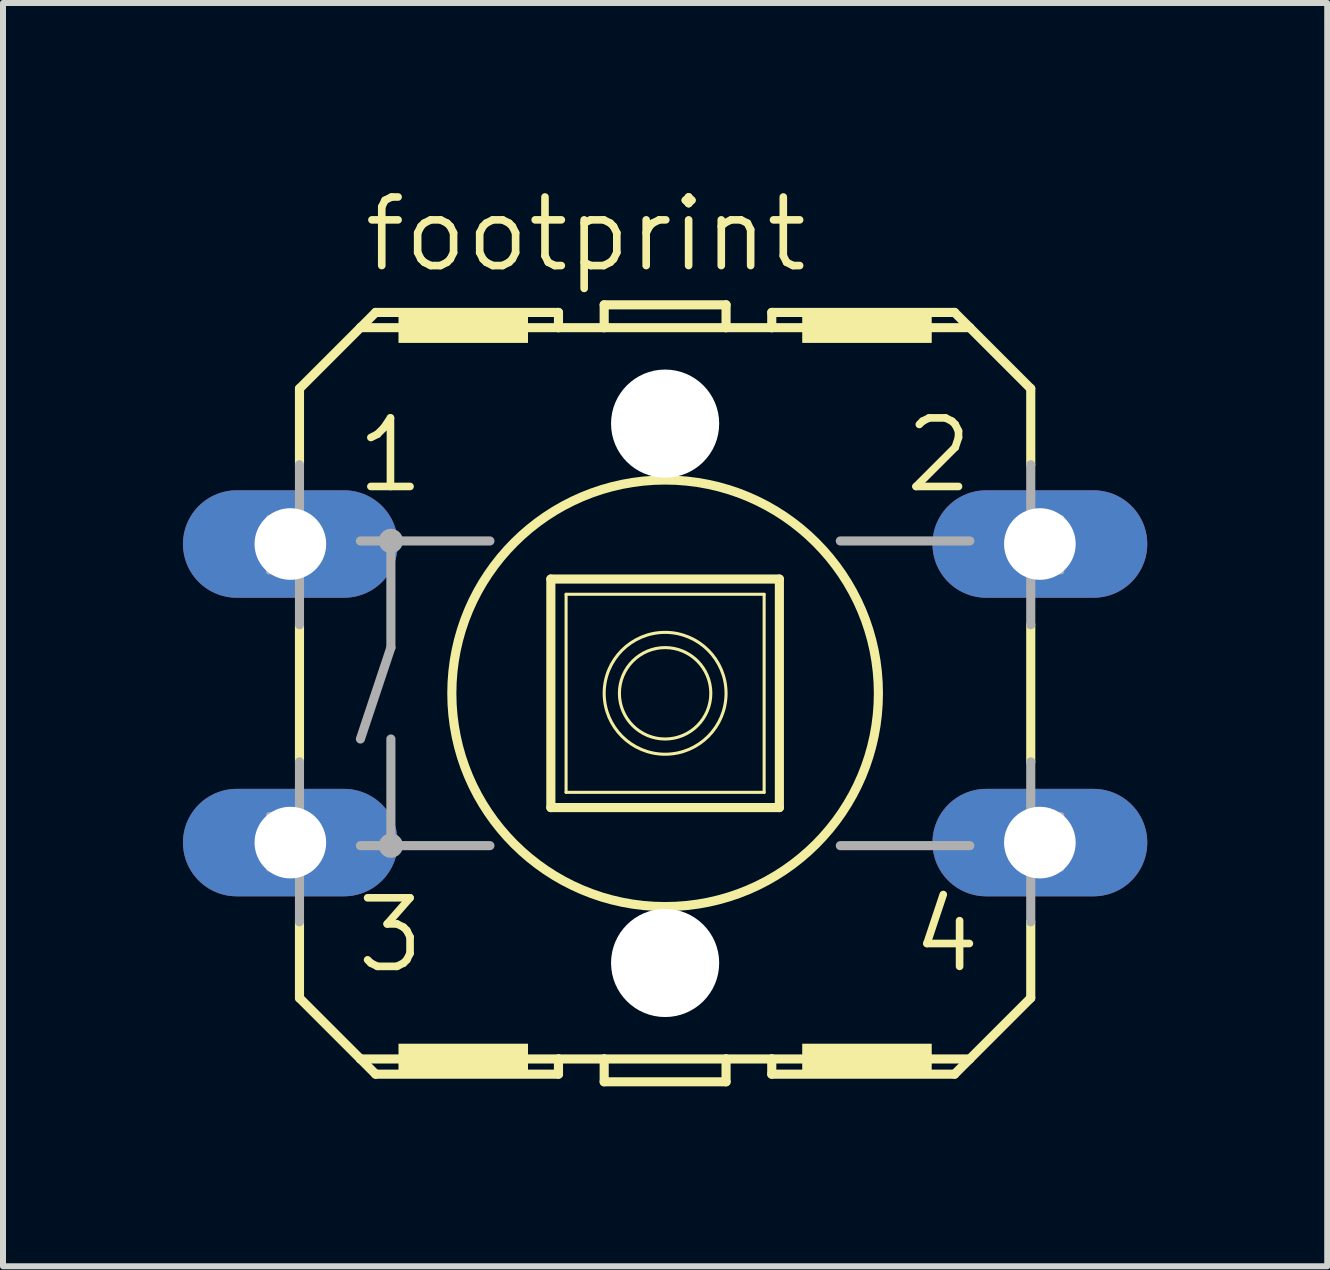
<source format=kicad_pcb>
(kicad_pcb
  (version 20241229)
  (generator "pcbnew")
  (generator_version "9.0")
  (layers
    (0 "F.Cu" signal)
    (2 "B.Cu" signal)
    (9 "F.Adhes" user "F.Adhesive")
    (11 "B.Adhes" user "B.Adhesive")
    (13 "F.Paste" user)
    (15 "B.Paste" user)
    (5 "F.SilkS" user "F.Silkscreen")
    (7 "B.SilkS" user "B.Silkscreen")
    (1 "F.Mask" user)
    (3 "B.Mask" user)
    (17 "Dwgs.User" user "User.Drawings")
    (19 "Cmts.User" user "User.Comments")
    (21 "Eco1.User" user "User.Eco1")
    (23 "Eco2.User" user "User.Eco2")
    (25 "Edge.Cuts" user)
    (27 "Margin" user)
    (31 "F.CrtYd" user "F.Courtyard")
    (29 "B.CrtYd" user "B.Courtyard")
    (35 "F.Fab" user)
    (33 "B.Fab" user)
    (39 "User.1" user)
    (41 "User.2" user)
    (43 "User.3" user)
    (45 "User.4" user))
  (footprint "footprint"
    (layer "F.Cu")
    (at 8.039 8.509)
    (property "Reference" "footprint" (at -5.08 -6.985 0) (layer "F.SilkS") (effects (font (size 1.143 1.143) (thickness 0.127)) (justify left bottom)))
    (fp_line (start -6.096 -5.08) (end -6.096 -3.81) (stroke (width 0.152) (type solid)) (layer "F.SilkS"))
    (fp_line (start -6.096 -1.143) (end -6.096 1.143) (stroke (width 0.152) (type solid)) (layer "F.SilkS"))
    (fp_line (start -6.096 3.81) (end -6.096 5.08) (stroke (width 0.152) (type solid)) (layer "F.SilkS"))
    (fp_line (start -6.096 5.08) (end -5.08 6.096) (stroke (width 0.152) (type solid)) (layer "F.SilkS"))
    (fp_line (start -5.08 -6.096) (end -6.096 -5.08) (stroke (width 0.152) (type solid)) (layer "F.SilkS"))
    (fp_line (start -5.08 -6.096) (end -4.826 -6.35) (stroke (width 0.152) (type solid)) (layer "F.SilkS"))
    (fp_line (start -5.08 -6.096) (end -1.778 -6.096) (stroke (width 0.152) (type solid)) (layer "F.SilkS"))
    (fp_line (start -5.08 6.096) (end -1.778 6.096) (stroke (width 0.152) (type solid)) (layer "F.SilkS"))
    (fp_line (start -4.826 6.35) (end -5.08 6.096) (stroke (width 0.152) (type solid)) (layer "F.SilkS"))
    (fp_line (start -1.905 -1.905) (end -1.905 1.905) (stroke (width 0.152) (type solid)) (layer "F.SilkS"))
    (fp_line (start -1.905 -1.905) (end 1.905 -1.905) (stroke (width 0.152) (type solid)) (layer "F.SilkS"))
    (fp_line (start -1.778 -6.35) (end -4.826 -6.35) (stroke (width 0.152) (type solid)) (layer "F.SilkS"))
    (fp_line (start -1.778 -6.35) (end -1.778 -6.096) (stroke (width 0.152) (type solid)) (layer "F.SilkS"))
    (fp_line (start -1.778 -6.096) (end -1.016 -6.096) (stroke (width 0.152) (type solid)) (layer "F.SilkS"))
    (fp_line (start -1.778 6.096) (end -1.778 6.35) (stroke (width 0.152) (type solid)) (layer "F.SilkS"))
    (fp_line (start -1.778 6.096) (end -1.016 6.096) (stroke (width 0.152) (type solid)) (layer "F.SilkS"))
    (fp_line (start -1.778 6.35) (end -4.826 6.35) (stroke (width 0.152) (type solid)) (layer "F.SilkS"))
    (fp_line (start -1.651 -1.651) (end -1.651 1.651) (stroke (width 0.051) (type solid)) (layer "F.SilkS"))
    (fp_line (start -1.651 -1.651) (end 1.651 -1.651) (stroke (width 0.051) (type solid)) (layer "F.SilkS"))
    (fp_line (start -1.016 -6.477) (end 1.016 -6.477) (stroke (width 0.152) (type solid)) (layer "F.SilkS"))
    (fp_line (start -1.016 -6.096) (end -1.016 -6.477) (stroke (width 0.152) (type solid)) (layer "F.SilkS"))
    (fp_line (start -1.016 -6.096) (end 1.016 -6.096) (stroke (width 0.152) (type solid)) (layer "F.SilkS"))
    (fp_line (start -1.016 6.096) (end 1.016 6.096) (stroke (width 0.152) (type solid)) (layer "F.SilkS"))
    (fp_line (start -1.016 6.477) (end -1.016 6.096) (stroke (width 0.152) (type solid)) (layer "F.SilkS"))
    (fp_line (start -1.016 6.477) (end 1.016 6.477) (stroke (width 0.152) (type solid)) (layer "F.SilkS"))
    (fp_line (start 1.016 -6.477) (end 1.016 -6.096) (stroke (width 0.152) (type solid)) (layer "F.SilkS"))
    (fp_line (start 1.016 6.096) (end 1.016 6.477) (stroke (width 0.152) (type solid)) (layer "F.SilkS"))
    (fp_line (start 1.016 6.096) (end 1.778 6.096) (stroke (width 0.152) (type solid)) (layer "F.SilkS"))
    (fp_line (start 1.651 1.651) (end -1.651 1.651) (stroke (width 0.051) (type solid)) (layer "F.SilkS"))
    (fp_line (start 1.651 1.651) (end 1.651 -1.651) (stroke (width 0.051) (type solid)) (layer "F.SilkS"))
    (fp_line (start 1.778 -6.35) (end 1.778 -6.096) (stroke (width 0.152) (type solid)) (layer "F.SilkS"))
    (fp_line (start 1.778 -6.096) (end 1.016 -6.096) (stroke (width 0.152) (type solid)) (layer "F.SilkS"))
    (fp_line (start 1.778 6.096) (end 1.778 6.35) (stroke (width 0.152) (type solid)) (layer "F.SilkS"))
    (fp_line (start 1.778 6.096) (end 5.08 6.096) (stroke (width 0.152) (type solid)) (layer "F.SilkS"))
    (fp_line (start 1.905 1.905) (end -1.905 1.905) (stroke (width 0.152) (type solid)) (layer "F.SilkS"))
    (fp_line (start 1.905 1.905) (end 1.905 -1.905) (stroke (width 0.152) (type solid)) (layer "F.SilkS"))
    (fp_line (start 4.826 -6.35) (end 1.778 -6.35) (stroke (width 0.152) (type solid)) (layer "F.SilkS"))
    (fp_line (start 4.826 6.35) (end 1.778 6.35) (stroke (width 0.152) (type solid)) (layer "F.SilkS"))
    (fp_line (start 5.08 -6.096) (end 1.778 -6.096) (stroke (width 0.152) (type solid)) (layer "F.SilkS"))
    (fp_line (start 5.08 -6.096) (end 4.826 -6.35) (stroke (width 0.152) (type solid)) (layer "F.SilkS"))
    (fp_line (start 5.08 6.096) (end 4.826 6.35) (stroke (width 0.152) (type solid)) (layer "F.SilkS"))
    (fp_line (start 5.08 6.096) (end 6.096 5.08) (stroke (width 0.152) (type solid)) (layer "F.SilkS"))
    (fp_line (start 6.096 -5.08) (end 5.08 -6.096) (stroke (width 0.152) (type solid)) (layer "F.SilkS"))
    (fp_line (start 6.096 -5.08) (end 6.096 -3.81) (stroke (width 0.152) (type solid)) (layer "F.SilkS"))
    (fp_line (start 6.096 -1.143) (end 6.096 1.143) (stroke (width 0.152) (type solid)) (layer "F.SilkS"))
    (fp_line (start 6.096 5.08) (end 6.096 3.81) (stroke (width 0.152) (type solid)) (layer "F.SilkS"))
    (fp_circle (center 0 0) (end 0.762 0) (stroke (width 0.051) (type solid)) (fill no) (layer "F.SilkS"))
    (fp_circle (center 0 0) (end 1.016 0) (stroke (width 0.051) (type solid)) (fill no) (layer "F.SilkS"))
    (fp_circle (center 0 0) (end 3.556 0) (stroke (width 0.152) (type solid)) (fill no) (layer "F.SilkS"))
    (fp_poly (pts (xy -4.445 -5.842) (xy -2.286 -5.842) (xy -2.286 -6.35) (xy -4.445 -6.35)) (stroke (width 0) (type solid)) (fill yes) (layer "F.SilkS"))
    (fp_poly (pts (xy -4.445 6.35) (xy -2.286 6.35) (xy -2.286 5.842) (xy -4.445 5.842)) (stroke (width 0) (type solid)) (fill yes) (layer "F.SilkS"))
    (fp_poly (pts (xy 2.286 -5.842) (xy 4.445 -5.842) (xy 4.445 -6.35) (xy 2.286 -6.35)) (stroke (width 0) (type solid)) (fill yes) (layer "F.SilkS"))
    (fp_poly (pts (xy 2.286 6.35) (xy 4.445 6.35) (xy 4.445 5.842) (xy 2.286 5.842)) (stroke (width 0) (type solid)) (fill yes) (layer "F.SilkS"))
    (fp_line (start -6.096 -1.143) (end -6.096 -3.81) (stroke (width 0.152) (type solid)) (layer "F.Fab"))
    (fp_line (start -6.096 3.81) (end -6.096 1.143) (stroke (width 0.152) (type solid)) (layer "F.Fab"))
    (fp_line (start -5.08 -2.54) (end -4.572 -2.54) (stroke (width 0.152) (type solid)) (layer "F.Fab"))
    (fp_line (start -5.08 2.54) (end -4.572 2.54) (stroke (width 0.152) (type solid)) (layer "F.Fab"))
    (fp_line (start -4.572 -2.54) (end -4.572 -0.762) (stroke (width 0.152) (type solid)) (layer "F.Fab"))
    (fp_line (start -4.572 -2.54) (end -2.921 -2.54) (stroke (width 0.152) (type solid)) (layer "F.Fab"))
    (fp_line (start -4.572 -0.762) (end -5.08 0.762) (stroke (width 0.152) (type solid)) (layer "F.Fab"))
    (fp_line (start -4.572 0.762) (end -4.572 2.54) (stroke (width 0.152) (type solid)) (layer "F.Fab"))
    (fp_line (start -4.572 2.54) (end -2.921 2.54) (stroke (width 0.152) (type solid)) (layer "F.Fab"))
    (fp_line (start 2.921 -2.54) (end 5.08 -2.54) (stroke (width 0.152) (type solid)) (layer "F.Fab"))
    (fp_line (start 2.921 2.54) (end 5.08 2.54) (stroke (width 0.152) (type solid)) (layer "F.Fab"))
    (fp_line (start 6.096 -1.143) (end 6.096 -3.81) (stroke (width 0.152) (type solid)) (layer "F.Fab"))
    (fp_line (start 6.096 3.81) (end 6.096 1.143) (stroke (width 0.152) (type solid)) (layer "F.Fab"))
    (fp_circle (center -4.572 -2.54) (end -4.445 -2.54) (stroke (width 0.152) (type solid)) (fill no) (layer "F.Fab"))
    (fp_circle (center -4.572 2.54) (end -4.445 2.54) (stroke (width 0.152) (type solid)) (fill no) (layer "F.Fab"))
    (fp_poly (pts (xy -6.604 -2.032) (xy -6.096 -2.032) (xy -6.096 -2.921) (xy -6.604 -2.921)) (stroke (width 0.1) (type solid)) (fill no) (layer "F.Fab"))
    (fp_poly (pts (xy -6.604 2.921) (xy -6.096 2.921) (xy -6.096 2.032) (xy -6.604 2.032)) (stroke (width 0.1) (type solid)) (fill no) (layer "F.Fab"))
    (fp_poly (pts (xy 6.096 -2.032) (xy 6.604 -2.032) (xy 6.604 -2.921) (xy 6.096 -2.921)) (stroke (width 0.1) (type solid)) (fill no) (layer "F.Fab"))
    (fp_poly (pts (xy 6.096 2.921) (xy 6.604 2.921) (xy 6.604 2.032) (xy 6.096 2.032)) (stroke (width 0.1) (type solid)) (fill no) (layer "F.Fab"))
    (fp_text user "1" (at -5.207 -3.302 0) (layer "F.SilkS") (effects (font (size 1.143 1.143) (thickness 0.127)) (justify left bottom)))
    (fp_text user "2" (at 3.937 -3.302 0) (layer "F.SilkS") (effects (font (size 1.143 1.143) (thickness 0.127)) (justify left bottom)))
    (fp_text user "4" (at 4.064 4.699 0) (layer "F.SilkS") (effects (font (size 1.143 1.143) (thickness 0.127)) (justify left bottom)))
    (fp_text user "3" (at -5.207 4.699 0) (layer "F.SilkS") (effects (font (size 1.143 1.143) (thickness 0.127)) (justify left bottom)))
    (pad "" np_thru_hole circle (at 0 -4.496) (size 1.803 1.803) (drill 1.803) (layers "*.Cu" "*.Mask"))
    (pad "" np_thru_hole circle (at 0 4.496) (size 1.803 1.803) (drill 1.803) (layers "*.Cu" "*.Mask"))
    (pad "1" thru_hole oval (at -6.248 -2.489) (size 3.581 1.791) (drill 1.194) (layers "*.Cu" "*.Mask"))
    (pad "2" thru_hole oval (at 6.248 -2.489) (size 3.581 1.791) (drill 1.194) (layers "*.Cu" "*.Mask"))
    (pad "3" thru_hole oval (at -6.248 2.489) (size 3.581 1.791) (drill 1.194) (layers "*.Cu" "*.Mask"))
    (pad "4" thru_hole oval (at 6.248 2.489) (size 3.581 1.791) (drill 1.194) (layers "*.Cu" "*.Mask")))
  (gr_rect
    (start -3 -3)
    (end 19.078 18.062)
    (stroke (width 0.1) (type default))
    (fill no)
    (layer "Edge.Cuts")))
</source>
